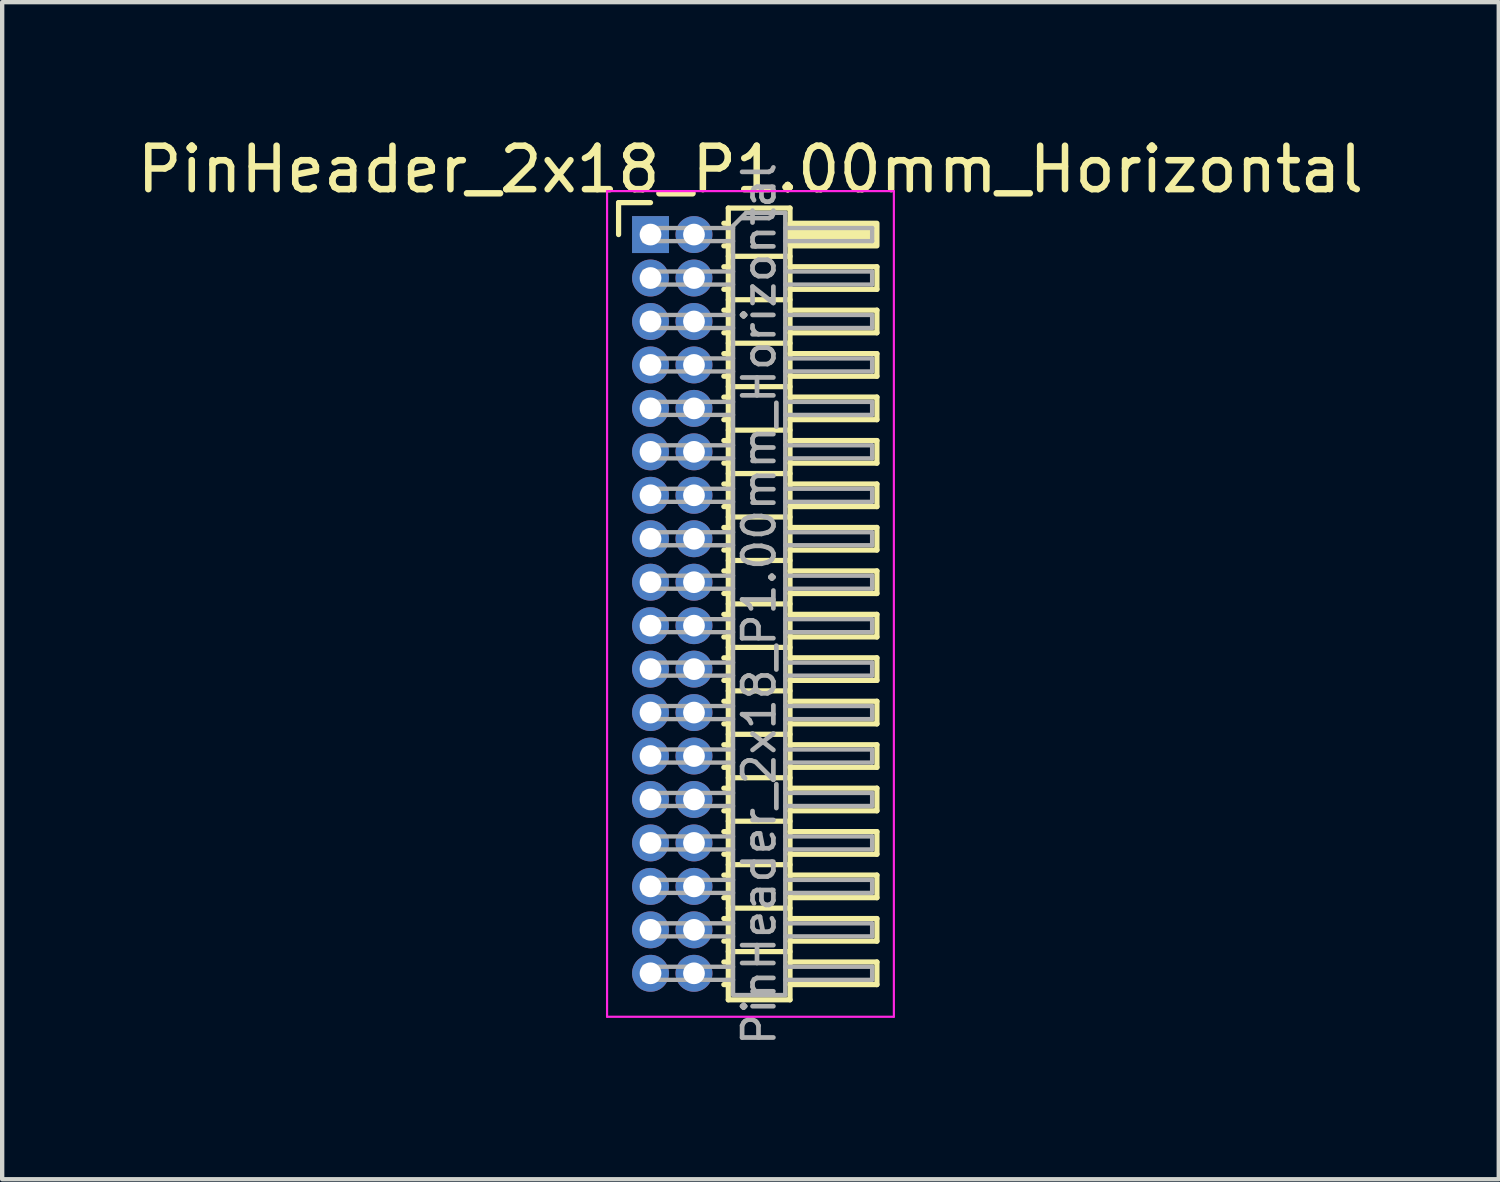
<source format=kicad_pcb>
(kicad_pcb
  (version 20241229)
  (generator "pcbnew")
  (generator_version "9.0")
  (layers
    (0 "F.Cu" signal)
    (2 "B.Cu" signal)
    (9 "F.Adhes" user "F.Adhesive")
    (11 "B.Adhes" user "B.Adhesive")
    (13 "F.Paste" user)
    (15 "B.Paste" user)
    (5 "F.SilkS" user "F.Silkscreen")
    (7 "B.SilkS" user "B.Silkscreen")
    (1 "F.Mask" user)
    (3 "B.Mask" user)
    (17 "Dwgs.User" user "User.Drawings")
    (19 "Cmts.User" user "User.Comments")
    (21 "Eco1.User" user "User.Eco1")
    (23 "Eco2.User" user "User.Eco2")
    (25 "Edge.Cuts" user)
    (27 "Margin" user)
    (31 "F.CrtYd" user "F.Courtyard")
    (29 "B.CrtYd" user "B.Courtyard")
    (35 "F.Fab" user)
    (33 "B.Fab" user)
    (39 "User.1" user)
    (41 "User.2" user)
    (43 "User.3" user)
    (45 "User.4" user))
  (footprint "PinHeader_2x18_P1.00mm_Horizontal"
    (layer "F.Cu")
    (at 11.92 2.348)
    (property "Reference" "PinHeader_2x18_P1.00mm_Horizontal" (at 2.3 -1.5 0) (layer "F.SilkS") (effects (font (size 1 1) (thickness 0.15))))
    (attr through_hole)
    (fp_line (start -0.735 -0.735) (end 0 -0.735) (stroke (width 0.12) (type solid)) (layer "F.SilkS"))
    (fp_line (start -0.735 0) (end -0.735 -0.735) (stroke (width 0.12) (type solid)) (layer "F.SilkS"))
    (fp_line (start 1.687 -0.26) (end 1.79 -0.26) (stroke (width 0.12) (type solid)) (layer "F.SilkS"))
    (fp_line (start 1.687 0.26) (end 1.79 0.26) (stroke (width 0.12) (type solid)) (layer "F.SilkS"))
    (fp_line (start 1.687 0.74) (end 1.79 0.74) (stroke (width 0.12) (type solid)) (layer "F.SilkS"))
    (fp_line (start 1.687 1.26) (end 1.79 1.26) (stroke (width 0.12) (type solid)) (layer "F.SilkS"))
    (fp_line (start 1.687 1.74) (end 1.79 1.74) (stroke (width 0.12) (type solid)) (layer "F.SilkS"))
    (fp_line (start 1.687 2.26) (end 1.79 2.26) (stroke (width 0.12) (type solid)) (layer "F.SilkS"))
    (fp_line (start 1.687 2.74) (end 1.79 2.74) (stroke (width 0.12) (type solid)) (layer "F.SilkS"))
    (fp_line (start 1.687 3.26) (end 1.79 3.26) (stroke (width 0.12) (type solid)) (layer "F.SilkS"))
    (fp_line (start 1.687 3.74) (end 1.79 3.74) (stroke (width 0.12) (type solid)) (layer "F.SilkS"))
    (fp_line (start 1.687 4.26) (end 1.79 4.26) (stroke (width 0.12) (type solid)) (layer "F.SilkS"))
    (fp_line (start 1.687 4.74) (end 1.79 4.74) (stroke (width 0.12) (type solid)) (layer "F.SilkS"))
    (fp_line (start 1.687 5.26) (end 1.79 5.26) (stroke (width 0.12) (type solid)) (layer "F.SilkS"))
    (fp_line (start 1.687 5.74) (end 1.79 5.74) (stroke (width 0.12) (type solid)) (layer "F.SilkS"))
    (fp_line (start 1.687 6.26) (end 1.79 6.26) (stroke (width 0.12) (type solid)) (layer "F.SilkS"))
    (fp_line (start 1.687 6.74) (end 1.79 6.74) (stroke (width 0.12) (type solid)) (layer "F.SilkS"))
    (fp_line (start 1.687 7.26) (end 1.79 7.26) (stroke (width 0.12) (type solid)) (layer "F.SilkS"))
    (fp_line (start 1.687 7.74) (end 1.79 7.74) (stroke (width 0.12) (type solid)) (layer "F.SilkS"))
    (fp_line (start 1.687 8.26) (end 1.79 8.26) (stroke (width 0.12) (type solid)) (layer "F.SilkS"))
    (fp_line (start 1.687 8.74) (end 1.79 8.74) (stroke (width 0.12) (type solid)) (layer "F.SilkS"))
    (fp_line (start 1.687 9.26) (end 1.79 9.26) (stroke (width 0.12) (type solid)) (layer "F.SilkS"))
    (fp_line (start 1.687 9.74) (end 1.79 9.74) (stroke (width 0.12) (type solid)) (layer "F.SilkS"))
    (fp_line (start 1.687 10.26) (end 1.79 10.26) (stroke (width 0.12) (type solid)) (layer "F.SilkS"))
    (fp_line (start 1.687 10.74) (end 1.79 10.74) (stroke (width 0.12) (type solid)) (layer "F.SilkS"))
    (fp_line (start 1.687 11.26) (end 1.79 11.26) (stroke (width 0.12) (type solid)) (layer "F.SilkS"))
    (fp_line (start 1.687 11.74) (end 1.79 11.74) (stroke (width 0.12) (type solid)) (layer "F.SilkS"))
    (fp_line (start 1.687 12.26) (end 1.79 12.26) (stroke (width 0.12) (type solid)) (layer "F.SilkS"))
    (fp_line (start 1.687 12.74) (end 1.79 12.74) (stroke (width 0.12) (type solid)) (layer "F.SilkS"))
    (fp_line (start 1.687 13.26) (end 1.79 13.26) (stroke (width 0.12) (type solid)) (layer "F.SilkS"))
    (fp_line (start 1.687 13.74) (end 1.79 13.74) (stroke (width 0.12) (type solid)) (layer "F.SilkS"))
    (fp_line (start 1.687 14.26) (end 1.79 14.26) (stroke (width 0.12) (type solid)) (layer "F.SilkS"))
    (fp_line (start 1.687 14.74) (end 1.79 14.74) (stroke (width 0.12) (type solid)) (layer "F.SilkS"))
    (fp_line (start 1.687 15.26) (end 1.79 15.26) (stroke (width 0.12) (type solid)) (layer "F.SilkS"))
    (fp_line (start 1.687 15.74) (end 1.79 15.74) (stroke (width 0.12) (type solid)) (layer "F.SilkS"))
    (fp_line (start 1.687 16.26) (end 1.79 16.26) (stroke (width 0.12) (type solid)) (layer "F.SilkS"))
    (fp_line (start 1.687 16.74) (end 1.79 16.74) (stroke (width 0.12) (type solid)) (layer "F.SilkS"))
    (fp_line (start 1.687 17.26) (end 1.79 17.26) (stroke (width 0.12) (type solid)) (layer "F.SilkS"))
    (fp_line (start 1.79 -0.61) (end 1.79 17.61) (stroke (width 0.12) (type solid)) (layer "F.SilkS"))
    (fp_line (start 1.79 0.5) (end 3.21 0.5) (stroke (width 0.12) (type solid)) (layer "F.SilkS"))
    (fp_line (start 1.79 1.5) (end 3.21 1.5) (stroke (width 0.12) (type solid)) (layer "F.SilkS"))
    (fp_line (start 1.79 2.5) (end 3.21 2.5) (stroke (width 0.12) (type solid)) (layer "F.SilkS"))
    (fp_line (start 1.79 3.5) (end 3.21 3.5) (stroke (width 0.12) (type solid)) (layer "F.SilkS"))
    (fp_line (start 1.79 4.5) (end 3.21 4.5) (stroke (width 0.12) (type solid)) (layer "F.SilkS"))
    (fp_line (start 1.79 5.5) (end 3.21 5.5) (stroke (width 0.12) (type solid)) (layer "F.SilkS"))
    (fp_line (start 1.79 6.5) (end 3.21 6.5) (stroke (width 0.12) (type solid)) (layer "F.SilkS"))
    (fp_line (start 1.79 7.5) (end 3.21 7.5) (stroke (width 0.12) (type solid)) (layer "F.SilkS"))
    (fp_line (start 1.79 8.5) (end 3.21 8.5) (stroke (width 0.12) (type solid)) (layer "F.SilkS"))
    (fp_line (start 1.79 9.5) (end 3.21 9.5) (stroke (width 0.12) (type solid)) (layer "F.SilkS"))
    (fp_line (start 1.79 10.5) (end 3.21 10.5) (stroke (width 0.12) (type solid)) (layer "F.SilkS"))
    (fp_line (start 1.79 11.5) (end 3.21 11.5) (stroke (width 0.12) (type solid)) (layer "F.SilkS"))
    (fp_line (start 1.79 12.5) (end 3.21 12.5) (stroke (width 0.12) (type solid)) (layer "F.SilkS"))
    (fp_line (start 1.79 13.5) (end 3.21 13.5) (stroke (width 0.12) (type solid)) (layer "F.SilkS"))
    (fp_line (start 1.79 14.5) (end 3.21 14.5) (stroke (width 0.12) (type solid)) (layer "F.SilkS"))
    (fp_line (start 1.79 15.5) (end 3.21 15.5) (stroke (width 0.12) (type solid)) (layer "F.SilkS"))
    (fp_line (start 1.79 16.5) (end 3.21 16.5) (stroke (width 0.12) (type solid)) (layer "F.SilkS"))
    (fp_line (start 1.79 17.61) (end 3.21 17.61) (stroke (width 0.12) (type solid)) (layer "F.SilkS"))
    (fp_line (start 3.21 -0.61) (end 1.79 -0.61) (stroke (width 0.12) (type solid)) (layer "F.SilkS"))
    (fp_line (start 3.21 0.74) (end 5.21 0.74) (stroke (width 0.12) (type solid)) (layer "F.SilkS"))
    (fp_line (start 3.21 1.74) (end 5.21 1.74) (stroke (width 0.12) (type solid)) (layer "F.SilkS"))
    (fp_line (start 3.21 2.74) (end 5.21 2.74) (stroke (width 0.12) (type solid)) (layer "F.SilkS"))
    (fp_line (start 3.21 3.74) (end 5.21 3.74) (stroke (width 0.12) (type solid)) (layer "F.SilkS"))
    (fp_line (start 3.21 4.74) (end 5.21 4.74) (stroke (width 0.12) (type solid)) (layer "F.SilkS"))
    (fp_line (start 3.21 5.74) (end 5.21 5.74) (stroke (width 0.12) (type solid)) (layer "F.SilkS"))
    (fp_line (start 3.21 6.74) (end 5.21 6.74) (stroke (width 0.12) (type solid)) (layer "F.SilkS"))
    (fp_line (start 3.21 7.74) (end 5.21 7.74) (stroke (width 0.12) (type solid)) (layer "F.SilkS"))
    (fp_line (start 3.21 8.74) (end 5.21 8.74) (stroke (width 0.12) (type solid)) (layer "F.SilkS"))
    (fp_line (start 3.21 9.74) (end 5.21 9.74) (stroke (width 0.12) (type solid)) (layer "F.SilkS"))
    (fp_line (start 3.21 10.74) (end 5.21 10.74) (stroke (width 0.12) (type solid)) (layer "F.SilkS"))
    (fp_line (start 3.21 11.74) (end 5.21 11.74) (stroke (width 0.12) (type solid)) (layer "F.SilkS"))
    (fp_line (start 3.21 12.74) (end 5.21 12.74) (stroke (width 0.12) (type solid)) (layer "F.SilkS"))
    (fp_line (start 3.21 13.74) (end 5.21 13.74) (stroke (width 0.12) (type solid)) (layer "F.SilkS"))
    (fp_line (start 3.21 14.74) (end 5.21 14.74) (stroke (width 0.12) (type solid)) (layer "F.SilkS"))
    (fp_line (start 3.21 15.74) (end 5.21 15.74) (stroke (width 0.12) (type solid)) (layer "F.SilkS"))
    (fp_line (start 3.21 16.74) (end 5.21 16.74) (stroke (width 0.12) (type solid)) (layer "F.SilkS"))
    (fp_line (start 3.21 17.61) (end 3.21 -0.61) (stroke (width 0.12) (type solid)) (layer "F.SilkS"))
    (fp_line (start 5.21 0.74) (end 5.21 1.26) (stroke (width 0.12) (type solid)) (layer "F.SilkS"))
    (fp_line (start 5.21 1.26) (end 3.21 1.26) (stroke (width 0.12) (type solid)) (layer "F.SilkS"))
    (fp_line (start 5.21 1.74) (end 5.21 2.26) (stroke (width 0.12) (type solid)) (layer "F.SilkS"))
    (fp_line (start 5.21 2.26) (end 3.21 2.26) (stroke (width 0.12) (type solid)) (layer "F.SilkS"))
    (fp_line (start 5.21 2.74) (end 5.21 3.26) (stroke (width 0.12) (type solid)) (layer "F.SilkS"))
    (fp_line (start 5.21 3.26) (end 3.21 3.26) (stroke (width 0.12) (type solid)) (layer "F.SilkS"))
    (fp_line (start 5.21 3.74) (end 5.21 4.26) (stroke (width 0.12) (type solid)) (layer "F.SilkS"))
    (fp_line (start 5.21 4.26) (end 3.21 4.26) (stroke (width 0.12) (type solid)) (layer "F.SilkS"))
    (fp_line (start 5.21 4.74) (end 5.21 5.26) (stroke (width 0.12) (type solid)) (layer "F.SilkS"))
    (fp_line (start 5.21 5.26) (end 3.21 5.26) (stroke (width 0.12) (type solid)) (layer "F.SilkS"))
    (fp_line (start 5.21 5.74) (end 5.21 6.26) (stroke (width 0.12) (type solid)) (layer "F.SilkS"))
    (fp_line (start 5.21 6.26) (end 3.21 6.26) (stroke (width 0.12) (type solid)) (layer "F.SilkS"))
    (fp_line (start 5.21 6.74) (end 5.21 7.26) (stroke (width 0.12) (type solid)) (layer "F.SilkS"))
    (fp_line (start 5.21 7.26) (end 3.21 7.26) (stroke (width 0.12) (type solid)) (layer "F.SilkS"))
    (fp_line (start 5.21 7.74) (end 5.21 8.26) (stroke (width 0.12) (type solid)) (layer "F.SilkS"))
    (fp_line (start 5.21 8.26) (end 3.21 8.26) (stroke (width 0.12) (type solid)) (layer "F.SilkS"))
    (fp_line (start 5.21 8.74) (end 5.21 9.26) (stroke (width 0.12) (type solid)) (layer "F.SilkS"))
    (fp_line (start 5.21 9.26) (end 3.21 9.26) (stroke (width 0.12) (type solid)) (layer "F.SilkS"))
    (fp_line (start 5.21 9.74) (end 5.21 10.26) (stroke (width 0.12) (type solid)) (layer "F.SilkS"))
    (fp_line (start 5.21 10.26) (end 3.21 10.26) (stroke (width 0.12) (type solid)) (layer "F.SilkS"))
    (fp_line (start 5.21 10.74) (end 5.21 11.26) (stroke (width 0.12) (type solid)) (layer "F.SilkS"))
    (fp_line (start 5.21 11.26) (end 3.21 11.26) (stroke (width 0.12) (type solid)) (layer "F.SilkS"))
    (fp_line (start 5.21 11.74) (end 5.21 12.26) (stroke (width 0.12) (type solid)) (layer "F.SilkS"))
    (fp_line (start 5.21 12.26) (end 3.21 12.26) (stroke (width 0.12) (type solid)) (layer "F.SilkS"))
    (fp_line (start 5.21 12.74) (end 5.21 13.26) (stroke (width 0.12) (type solid)) (layer "F.SilkS"))
    (fp_line (start 5.21 13.26) (end 3.21 13.26) (stroke (width 0.12) (type solid)) (layer "F.SilkS"))
    (fp_line (start 5.21 13.74) (end 5.21 14.26) (stroke (width 0.12) (type solid)) (layer "F.SilkS"))
    (fp_line (start 5.21 14.26) (end 3.21 14.26) (stroke (width 0.12) (type solid)) (layer "F.SilkS"))
    (fp_line (start 5.21 14.74) (end 5.21 15.26) (stroke (width 0.12) (type solid)) (layer "F.SilkS"))
    (fp_line (start 5.21 15.26) (end 3.21 15.26) (stroke (width 0.12) (type solid)) (layer "F.SilkS"))
    (fp_line (start 5.21 15.74) (end 5.21 16.26) (stroke (width 0.12) (type solid)) (layer "F.SilkS"))
    (fp_line (start 5.21 16.26) (end 3.21 16.26) (stroke (width 0.12) (type solid)) (layer "F.SilkS"))
    (fp_line (start 5.21 16.74) (end 5.21 17.26) (stroke (width 0.12) (type solid)) (layer "F.SilkS"))
    (fp_line (start 5.21 17.26) (end 3.21 17.26) (stroke (width 0.12) (type solid)) (layer "F.SilkS"))
    (fp_rect (start 3.21 -0.26) (end 5.21 0.26) (stroke (width 0.12) (type solid)) (fill yes) (layer "F.SilkS"))
    (fp_line (start -1 -1) (end -1 18) (stroke (width 0.05) (type solid)) (layer "F.CrtYd"))
    (fp_line (start -1 18) (end 5.6 18) (stroke (width 0.05) (type solid)) (layer "F.CrtYd"))
    (fp_line (start 5.6 -1) (end -1 -1) (stroke (width 0.05) (type solid)) (layer "F.CrtYd"))
    (fp_line (start 5.6 18) (end 5.6 -1) (stroke (width 0.05) (type solid)) (layer "F.CrtYd"))
    (fp_line (start -0.15 -0.15) (end -0.15 0.15) (stroke (width 0.1) (type solid)) (layer "F.Fab"))
    (fp_line (start -0.15 -0.15) (end 1.9 -0.15) (stroke (width 0.1) (type solid)) (layer "F.Fab"))
    (fp_line (start -0.15 0.15) (end 1.9 0.15) (stroke (width 0.1) (type solid)) (layer "F.Fab"))
    (fp_line (start -0.15 0.85) (end -0.15 1.15) (stroke (width 0.1) (type solid)) (layer "F.Fab"))
    (fp_line (start -0.15 0.85) (end 1.9 0.85) (stroke (width 0.1) (type solid)) (layer "F.Fab"))
    (fp_line (start -0.15 1.15) (end 1.9 1.15) (stroke (width 0.1) (type solid)) (layer "F.Fab"))
    (fp_line (start -0.15 1.85) (end -0.15 2.15) (stroke (width 0.1) (type solid)) (layer "F.Fab"))
    (fp_line (start -0.15 1.85) (end 1.9 1.85) (stroke (width 0.1) (type solid)) (layer "F.Fab"))
    (fp_line (start -0.15 2.15) (end 1.9 2.15) (stroke (width 0.1) (type solid)) (layer "F.Fab"))
    (fp_line (start -0.15 2.85) (end -0.15 3.15) (stroke (width 0.1) (type solid)) (layer "F.Fab"))
    (fp_line (start -0.15 2.85) (end 1.9 2.85) (stroke (width 0.1) (type solid)) (layer "F.Fab"))
    (fp_line (start -0.15 3.15) (end 1.9 3.15) (stroke (width 0.1) (type solid)) (layer "F.Fab"))
    (fp_line (start -0.15 3.85) (end -0.15 4.15) (stroke (width 0.1) (type solid)) (layer "F.Fab"))
    (fp_line (start -0.15 3.85) (end 1.9 3.85) (stroke (width 0.1) (type solid)) (layer "F.Fab"))
    (fp_line (start -0.15 4.15) (end 1.9 4.15) (stroke (width 0.1) (type solid)) (layer "F.Fab"))
    (fp_line (start -0.15 4.85) (end -0.15 5.15) (stroke (width 0.1) (type solid)) (layer "F.Fab"))
    (fp_line (start -0.15 4.85) (end 1.9 4.85) (stroke (width 0.1) (type solid)) (layer "F.Fab"))
    (fp_line (start -0.15 5.15) (end 1.9 5.15) (stroke (width 0.1) (type solid)) (layer "F.Fab"))
    (fp_line (start -0.15 5.85) (end -0.15 6.15) (stroke (width 0.1) (type solid)) (layer "F.Fab"))
    (fp_line (start -0.15 5.85) (end 1.9 5.85) (stroke (width 0.1) (type solid)) (layer "F.Fab"))
    (fp_line (start -0.15 6.15) (end 1.9 6.15) (stroke (width 0.1) (type solid)) (layer "F.Fab"))
    (fp_line (start -0.15 6.85) (end -0.15 7.15) (stroke (width 0.1) (type solid)) (layer "F.Fab"))
    (fp_line (start -0.15 6.85) (end 1.9 6.85) (stroke (width 0.1) (type solid)) (layer "F.Fab"))
    (fp_line (start -0.15 7.15) (end 1.9 7.15) (stroke (width 0.1) (type solid)) (layer "F.Fab"))
    (fp_line (start -0.15 7.85) (end -0.15 8.15) (stroke (width 0.1) (type solid)) (layer "F.Fab"))
    (fp_line (start -0.15 7.85) (end 1.9 7.85) (stroke (width 0.1) (type solid)) (layer "F.Fab"))
    (fp_line (start -0.15 8.15) (end 1.9 8.15) (stroke (width 0.1) (type solid)) (layer "F.Fab"))
    (fp_line (start -0.15 8.85) (end -0.15 9.15) (stroke (width 0.1) (type solid)) (layer "F.Fab"))
    (fp_line (start -0.15 8.85) (end 1.9 8.85) (stroke (width 0.1) (type solid)) (layer "F.Fab"))
    (fp_line (start -0.15 9.15) (end 1.9 9.15) (stroke (width 0.1) (type solid)) (layer "F.Fab"))
    (fp_line (start -0.15 9.85) (end -0.15 10.15) (stroke (width 0.1) (type solid)) (layer "F.Fab"))
    (fp_line (start -0.15 9.85) (end 1.9 9.85) (stroke (width 0.1) (type solid)) (layer "F.Fab"))
    (fp_line (start -0.15 10.15) (end 1.9 10.15) (stroke (width 0.1) (type solid)) (layer "F.Fab"))
    (fp_line (start -0.15 10.85) (end -0.15 11.15) (stroke (width 0.1) (type solid)) (layer "F.Fab"))
    (fp_line (start -0.15 10.85) (end 1.9 10.85) (stroke (width 0.1) (type solid)) (layer "F.Fab"))
    (fp_line (start -0.15 11.15) (end 1.9 11.15) (stroke (width 0.1) (type solid)) (layer "F.Fab"))
    (fp_line (start -0.15 11.85) (end -0.15 12.15) (stroke (width 0.1) (type solid)) (layer "F.Fab"))
    (fp_line (start -0.15 11.85) (end 1.9 11.85) (stroke (width 0.1) (type solid)) (layer "F.Fab"))
    (fp_line (start -0.15 12.15) (end 1.9 12.15) (stroke (width 0.1) (type solid)) (layer "F.Fab"))
    (fp_line (start -0.15 12.85) (end -0.15 13.15) (stroke (width 0.1) (type solid)) (layer "F.Fab"))
    (fp_line (start -0.15 12.85) (end 1.9 12.85) (stroke (width 0.1) (type solid)) (layer "F.Fab"))
    (fp_line (start -0.15 13.15) (end 1.9 13.15) (stroke (width 0.1) (type solid)) (layer "F.Fab"))
    (fp_line (start -0.15 13.85) (end -0.15 14.15) (stroke (width 0.1) (type solid)) (layer "F.Fab"))
    (fp_line (start -0.15 13.85) (end 1.9 13.85) (stroke (width 0.1) (type solid)) (layer "F.Fab"))
    (fp_line (start -0.15 14.15) (end 1.9 14.15) (stroke (width 0.1) (type solid)) (layer "F.Fab"))
    (fp_line (start -0.15 14.85) (end -0.15 15.15) (stroke (width 0.1) (type solid)) (layer "F.Fab"))
    (fp_line (start -0.15 14.85) (end 1.9 14.85) (stroke (width 0.1) (type solid)) (layer "F.Fab"))
    (fp_line (start -0.15 15.15) (end 1.9 15.15) (stroke (width 0.1) (type solid)) (layer "F.Fab"))
    (fp_line (start -0.15 15.85) (end -0.15 16.15) (stroke (width 0.1) (type solid)) (layer "F.Fab"))
    (fp_line (start -0.15 15.85) (end 1.9 15.85) (stroke (width 0.1) (type solid)) (layer "F.Fab"))
    (fp_line (start -0.15 16.15) (end 1.9 16.15) (stroke (width 0.1) (type solid)) (layer "F.Fab"))
    (fp_line (start -0.15 16.85) (end -0.15 17.15) (stroke (width 0.1) (type solid)) (layer "F.Fab"))
    (fp_line (start -0.15 16.85) (end 1.9 16.85) (stroke (width 0.1) (type solid)) (layer "F.Fab"))
    (fp_line (start -0.15 17.15) (end 1.9 17.15) (stroke (width 0.1) (type solid)) (layer "F.Fab"))
    (fp_line (start 1.9 -0.2) (end 2.2 -0.5) (stroke (width 0.1) (type solid)) (layer "F.Fab"))
    (fp_line (start 1.9 17.5) (end 1.9 -0.2) (stroke (width 0.1) (type solid)) (layer "F.Fab"))
    (fp_line (start 2.2 -0.5) (end 3.1 -0.5) (stroke (width 0.1) (type solid)) (layer "F.Fab"))
    (fp_line (start 3.1 -0.5) (end 3.1 17.5) (stroke (width 0.1) (type solid)) (layer "F.Fab"))
    (fp_line (start 3.1 -0.15) (end 5.1 -0.15) (stroke (width 0.1) (type solid)) (layer "F.Fab"))
    (fp_line (start 3.1 0.15) (end 5.1 0.15) (stroke (width 0.1) (type solid)) (layer "F.Fab"))
    (fp_line (start 3.1 0.85) (end 5.1 0.85) (stroke (width 0.1) (type solid)) (layer "F.Fab"))
    (fp_line (start 3.1 1.15) (end 5.1 1.15) (stroke (width 0.1) (type solid)) (layer "F.Fab"))
    (fp_line (start 3.1 1.85) (end 5.1 1.85) (stroke (width 0.1) (type solid)) (layer "F.Fab"))
    (fp_line (start 3.1 2.15) (end 5.1 2.15) (stroke (width 0.1) (type solid)) (layer "F.Fab"))
    (fp_line (start 3.1 2.85) (end 5.1 2.85) (stroke (width 0.1) (type solid)) (layer "F.Fab"))
    (fp_line (start 3.1 3.15) (end 5.1 3.15) (stroke (width 0.1) (type solid)) (layer "F.Fab"))
    (fp_line (start 3.1 3.85) (end 5.1 3.85) (stroke (width 0.1) (type solid)) (layer "F.Fab"))
    (fp_line (start 3.1 4.15) (end 5.1 4.15) (stroke (width 0.1) (type solid)) (layer "F.Fab"))
    (fp_line (start 3.1 4.85) (end 5.1 4.85) (stroke (width 0.1) (type solid)) (layer "F.Fab"))
    (fp_line (start 3.1 5.15) (end 5.1 5.15) (stroke (width 0.1) (type solid)) (layer "F.Fab"))
    (fp_line (start 3.1 5.85) (end 5.1 5.85) (stroke (width 0.1) (type solid)) (layer "F.Fab"))
    (fp_line (start 3.1 6.15) (end 5.1 6.15) (stroke (width 0.1) (type solid)) (layer "F.Fab"))
    (fp_line (start 3.1 6.85) (end 5.1 6.85) (stroke (width 0.1) (type solid)) (layer "F.Fab"))
    (fp_line (start 3.1 7.15) (end 5.1 7.15) (stroke (width 0.1) (type solid)) (layer "F.Fab"))
    (fp_line (start 3.1 7.85) (end 5.1 7.85) (stroke (width 0.1) (type solid)) (layer "F.Fab"))
    (fp_line (start 3.1 8.15) (end 5.1 8.15) (stroke (width 0.1) (type solid)) (layer "F.Fab"))
    (fp_line (start 3.1 8.85) (end 5.1 8.85) (stroke (width 0.1) (type solid)) (layer "F.Fab"))
    (fp_line (start 3.1 9.15) (end 5.1 9.15) (stroke (width 0.1) (type solid)) (layer "F.Fab"))
    (fp_line (start 3.1 9.85) (end 5.1 9.85) (stroke (width 0.1) (type solid)) (layer "F.Fab"))
    (fp_line (start 3.1 10.15) (end 5.1 10.15) (stroke (width 0.1) (type solid)) (layer "F.Fab"))
    (fp_line (start 3.1 10.85) (end 5.1 10.85) (stroke (width 0.1) (type solid)) (layer "F.Fab"))
    (fp_line (start 3.1 11.15) (end 5.1 11.15) (stroke (width 0.1) (type solid)) (layer "F.Fab"))
    (fp_line (start 3.1 11.85) (end 5.1 11.85) (stroke (width 0.1) (type solid)) (layer "F.Fab"))
    (fp_line (start 3.1 12.15) (end 5.1 12.15) (stroke (width 0.1) (type solid)) (layer "F.Fab"))
    (fp_line (start 3.1 12.85) (end 5.1 12.85) (stroke (width 0.1) (type solid)) (layer "F.Fab"))
    (fp_line (start 3.1 13.15) (end 5.1 13.15) (stroke (width 0.1) (type solid)) (layer "F.Fab"))
    (fp_line (start 3.1 13.85) (end 5.1 13.85) (stroke (width 0.1) (type solid)) (layer "F.Fab"))
    (fp_line (start 3.1 14.15) (end 5.1 14.15) (stroke (width 0.1) (type solid)) (layer "F.Fab"))
    (fp_line (start 3.1 14.85) (end 5.1 14.85) (stroke (width 0.1) (type solid)) (layer "F.Fab"))
    (fp_line (start 3.1 15.15) (end 5.1 15.15) (stroke (width 0.1) (type solid)) (layer "F.Fab"))
    (fp_line (start 3.1 15.85) (end 5.1 15.85) (stroke (width 0.1) (type solid)) (layer "F.Fab"))
    (fp_line (start 3.1 16.15) (end 5.1 16.15) (stroke (width 0.1) (type solid)) (layer "F.Fab"))
    (fp_line (start 3.1 16.85) (end 5.1 16.85) (stroke (width 0.1) (type solid)) (layer "F.Fab"))
    (fp_line (start 3.1 17.15) (end 5.1 17.15) (stroke (width 0.1) (type solid)) (layer "F.Fab"))
    (fp_line (start 3.1 17.5) (end 1.9 17.5) (stroke (width 0.1) (type solid)) (layer "F.Fab"))
    (fp_line (start 5.1 -0.15) (end 5.1 0.15) (stroke (width 0.1) (type solid)) (layer "F.Fab"))
    (fp_line (start 5.1 0.85) (end 5.1 1.15) (stroke (width 0.1) (type solid)) (layer "F.Fab"))
    (fp_line (start 5.1 1.85) (end 5.1 2.15) (stroke (width 0.1) (type solid)) (layer "F.Fab"))
    (fp_line (start 5.1 2.85) (end 5.1 3.15) (stroke (width 0.1) (type solid)) (layer "F.Fab"))
    (fp_line (start 5.1 3.85) (end 5.1 4.15) (stroke (width 0.1) (type solid)) (layer "F.Fab"))
    (fp_line (start 5.1 4.85) (end 5.1 5.15) (stroke (width 0.1) (type solid)) (layer "F.Fab"))
    (fp_line (start 5.1 5.85) (end 5.1 6.15) (stroke (width 0.1) (type solid)) (layer "F.Fab"))
    (fp_line (start 5.1 6.85) (end 5.1 7.15) (stroke (width 0.1) (type solid)) (layer "F.Fab"))
    (fp_line (start 5.1 7.85) (end 5.1 8.15) (stroke (width 0.1) (type solid)) (layer "F.Fab"))
    (fp_line (start 5.1 8.85) (end 5.1 9.15) (stroke (width 0.1) (type solid)) (layer "F.Fab"))
    (fp_line (start 5.1 9.85) (end 5.1 10.15) (stroke (width 0.1) (type solid)) (layer "F.Fab"))
    (fp_line (start 5.1 10.85) (end 5.1 11.15) (stroke (width 0.1) (type solid)) (layer "F.Fab"))
    (fp_line (start 5.1 11.85) (end 5.1 12.15) (stroke (width 0.1) (type solid)) (layer "F.Fab"))
    (fp_line (start 5.1 12.85) (end 5.1 13.15) (stroke (width 0.1) (type solid)) (layer "F.Fab"))
    (fp_line (start 5.1 13.85) (end 5.1 14.15) (stroke (width 0.1) (type solid)) (layer "F.Fab"))
    (fp_line (start 5.1 14.85) (end 5.1 15.15) (stroke (width 0.1) (type solid)) (layer "F.Fab"))
    (fp_line (start 5.1 15.85) (end 5.1 16.15) (stroke (width 0.1) (type solid)) (layer "F.Fab"))
    (fp_line (start 5.1 16.85) (end 5.1 17.15) (stroke (width 0.1) (type solid)) (layer "F.Fab"))
    (fp_text user "${REFERENCE}" (at 2.5 8.5 90) (layer "F.Fab") (effects (font (size 0.72 0.72) (thickness 0.108))))
    (pad "1" thru_hole rect (at 0 0) (size 0.85 0.85) (drill 0.5) (layers "*.Cu" "*.Mask"))
    (pad "2" thru_hole circle (at 1 0) (size 0.85 0.85) (drill 0.5) (layers "*.Cu" "*.Mask"))
    (pad "3" thru_hole circle (at 0 1) (size 0.85 0.85) (drill 0.5) (layers "*.Cu" "*.Mask"))
    (pad "4" thru_hole circle (at 1 1) (size 0.85 0.85) (drill 0.5) (layers "*.Cu" "*.Mask"))
    (pad "5" thru_hole circle (at 0 2) (size 0.85 0.85) (drill 0.5) (layers "*.Cu" "*.Mask"))
    (pad "6" thru_hole circle (at 1 2) (size 0.85 0.85) (drill 0.5) (layers "*.Cu" "*.Mask"))
    (pad "7" thru_hole circle (at 0 3) (size 0.85 0.85) (drill 0.5) (layers "*.Cu" "*.Mask"))
    (pad "8" thru_hole circle (at 1 3) (size 0.85 0.85) (drill 0.5) (layers "*.Cu" "*.Mask"))
    (pad "9" thru_hole circle (at 0 4) (size 0.85 0.85) (drill 0.5) (layers "*.Cu" "*.Mask"))
    (pad "10" thru_hole circle (at 1 4) (size 0.85 0.85) (drill 0.5) (layers "*.Cu" "*.Mask"))
    (pad "11" thru_hole circle (at 0 5) (size 0.85 0.85) (drill 0.5) (layers "*.Cu" "*.Mask"))
    (pad "12" thru_hole circle (at 1 5) (size 0.85 0.85) (drill 0.5) (layers "*.Cu" "*.Mask"))
    (pad "13" thru_hole circle (at 0 6) (size 0.85 0.85) (drill 0.5) (layers "*.Cu" "*.Mask"))
    (pad "14" thru_hole circle (at 1 6) (size 0.85 0.85) (drill 0.5) (layers "*.Cu" "*.Mask"))
    (pad "15" thru_hole circle (at 0 7) (size 0.85 0.85) (drill 0.5) (layers "*.Cu" "*.Mask"))
    (pad "16" thru_hole circle (at 1 7) (size 0.85 0.85) (drill 0.5) (layers "*.Cu" "*.Mask"))
    (pad "17" thru_hole circle (at 0 8) (size 0.85 0.85) (drill 0.5) (layers "*.Cu" "*.Mask"))
    (pad "18" thru_hole circle (at 1 8) (size 0.85 0.85) (drill 0.5) (layers "*.Cu" "*.Mask"))
    (pad "19" thru_hole circle (at 0 9) (size 0.85 0.85) (drill 0.5) (layers "*.Cu" "*.Mask"))
    (pad "20" thru_hole circle (at 1 9) (size 0.85 0.85) (drill 0.5) (layers "*.Cu" "*.Mask"))
    (pad "21" thru_hole circle (at 0 10) (size 0.85 0.85) (drill 0.5) (layers "*.Cu" "*.Mask"))
    (pad "22" thru_hole circle (at 1 10) (size 0.85 0.85) (drill 0.5) (layers "*.Cu" "*.Mask"))
    (pad "23" thru_hole circle (at 0 11) (size 0.85 0.85) (drill 0.5) (layers "*.Cu" "*.Mask"))
    (pad "24" thru_hole circle (at 1 11) (size 0.85 0.85) (drill 0.5) (layers "*.Cu" "*.Mask"))
    (pad "25" thru_hole circle (at 0 12) (size 0.85 0.85) (drill 0.5) (layers "*.Cu" "*.Mask"))
    (pad "26" thru_hole circle (at 1 12) (size 0.85 0.85) (drill 0.5) (layers "*.Cu" "*.Mask"))
    (pad "27" thru_hole circle (at 0 13) (size 0.85 0.85) (drill 0.5) (layers "*.Cu" "*.Mask"))
    (pad "28" thru_hole circle (at 1 13) (size 0.85 0.85) (drill 0.5) (layers "*.Cu" "*.Mask"))
    (pad "29" thru_hole circle (at 0 14) (size 0.85 0.85) (drill 0.5) (layers "*.Cu" "*.Mask"))
    (pad "30" thru_hole circle (at 1 14) (size 0.85 0.85) (drill 0.5) (layers "*.Cu" "*.Mask"))
    (pad "31" thru_hole circle (at 0 15) (size 0.85 0.85) (drill 0.5) (layers "*.Cu" "*.Mask"))
    (pad "32" thru_hole circle (at 1 15) (size 0.85 0.85) (drill 0.5) (layers "*.Cu" "*.Mask"))
    (pad "33" thru_hole circle (at 0 16) (size 0.85 0.85) (drill 0.5) (layers "*.Cu" "*.Mask"))
    (pad "34" thru_hole circle (at 1 16) (size 0.85 0.85) (drill 0.5) (layers "*.Cu" "*.Mask"))
    (pad "35" thru_hole circle (at 0 17) (size 0.85 0.85) (drill 0.5) (layers "*.Cu" "*.Mask"))
    (pad "36" thru_hole circle (at 1 17) (size 0.85 0.85) (drill 0.5) (layers "*.Cu" "*.Mask")))
  (gr_rect
    (start -3 -3)
    (end 31.44 24.087)
    (stroke (width 0.1) (type default))
    (fill no)
    (layer "Edge.Cuts")))
</source>
